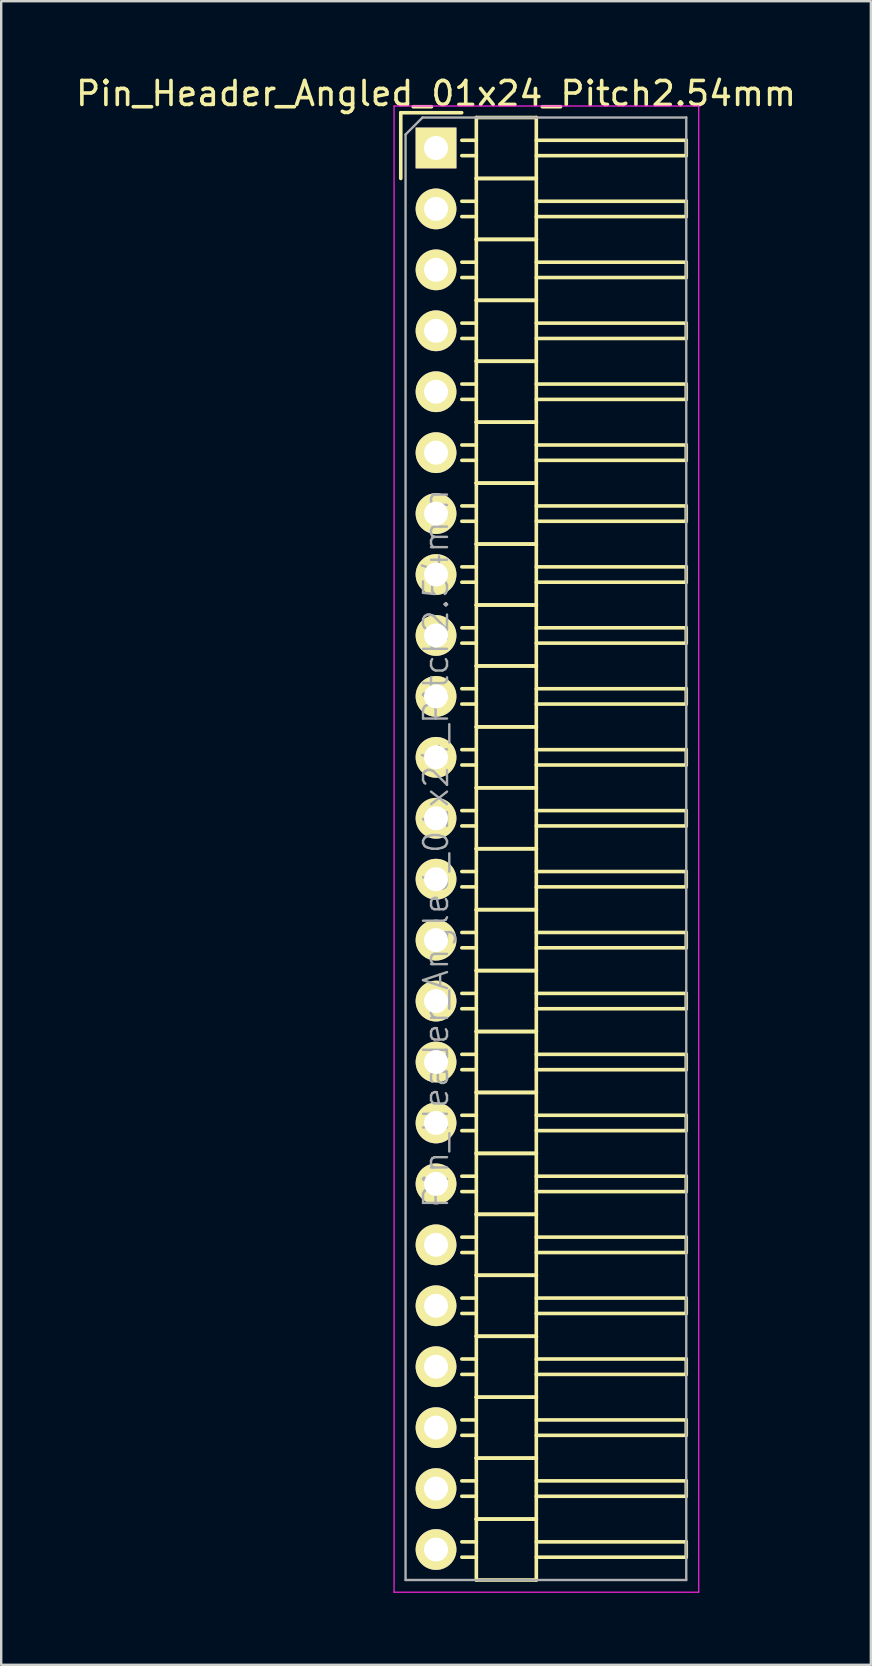
<source format=kicad_pcb>
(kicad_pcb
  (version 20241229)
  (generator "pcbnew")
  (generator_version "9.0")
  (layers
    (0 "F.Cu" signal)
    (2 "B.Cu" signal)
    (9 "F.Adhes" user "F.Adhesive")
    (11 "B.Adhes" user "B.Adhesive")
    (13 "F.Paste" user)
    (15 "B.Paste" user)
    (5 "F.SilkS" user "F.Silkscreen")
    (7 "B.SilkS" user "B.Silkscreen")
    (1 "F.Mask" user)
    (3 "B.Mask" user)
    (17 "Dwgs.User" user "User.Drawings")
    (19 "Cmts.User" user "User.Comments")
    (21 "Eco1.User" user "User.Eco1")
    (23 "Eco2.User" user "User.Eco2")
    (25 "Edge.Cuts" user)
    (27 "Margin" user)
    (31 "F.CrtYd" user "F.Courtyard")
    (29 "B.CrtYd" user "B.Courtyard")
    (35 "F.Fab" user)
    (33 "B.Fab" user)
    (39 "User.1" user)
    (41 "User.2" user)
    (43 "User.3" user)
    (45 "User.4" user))
  (footprint "Pin_Header_Angled_01x24_Pitch2.54mm"
    (layer "F.Cu")
    (at 15.125 3.118)
    (property "Reference" "Pin_Header_Angled_01x24_Pitch2.54mm" (at 0 -2.27 0) (layer "F.SilkS") (effects (font (size 1 1) (thickness 0.15))))
    (attr smd)
    (fp_line (start -1.47 -1.47) (end -1.47 1.27) (stroke (width 0.15) (type solid)) (layer "F.SilkS"))
    (fp_line (start -1.47 -1.47) (end 1.07 -1.47) (stroke (width 0.15) (type solid)) (layer "F.SilkS"))
    (fp_line (start 1.68 -0.32) (end 1.075 -0.32) (stroke (width 0.15) (type solid)) (layer "F.SilkS"))
    (fp_line (start 1.68 0.32) (end 1.075 0.32) (stroke (width 0.15) (type solid)) (layer "F.SilkS"))
    (fp_line (start 1.68 1.27) (end 1.68 -1.27) (stroke (width 0.15) (type solid)) (layer "F.SilkS"))
    (fp_line (start 1.68 2.22) (end 1.075 2.22) (stroke (width 0.15) (type solid)) (layer "F.SilkS"))
    (fp_line (start 1.68 2.86) (end 1.075 2.86) (stroke (width 0.15) (type solid)) (layer "F.SilkS"))
    (fp_line (start 1.68 3.81) (end 1.68 1.27) (stroke (width 0.15) (type solid)) (layer "F.SilkS"))
    (fp_line (start 1.68 4.76) (end 1.075 4.76) (stroke (width 0.15) (type solid)) (layer "F.SilkS"))
    (fp_line (start 1.68 5.4) (end 1.075 5.4) (stroke (width 0.15) (type solid)) (layer "F.SilkS"))
    (fp_line (start 1.68 6.35) (end 1.68 3.81) (stroke (width 0.15) (type solid)) (layer "F.SilkS"))
    (fp_line (start 1.68 7.3) (end 1.075 7.3) (stroke (width 0.15) (type solid)) (layer "F.SilkS"))
    (fp_line (start 1.68 7.94) (end 1.075 7.94) (stroke (width 0.15) (type solid)) (layer "F.SilkS"))
    (fp_line (start 1.68 8.89) (end 1.68 6.35) (stroke (width 0.15) (type solid)) (layer "F.SilkS"))
    (fp_line (start 1.68 9.84) (end 1.075 9.84) (stroke (width 0.15) (type solid)) (layer "F.SilkS"))
    (fp_line (start 1.68 10.48) (end 1.075 10.48) (stroke (width 0.15) (type solid)) (layer "F.SilkS"))
    (fp_line (start 1.68 11.43) (end 1.68 8.89) (stroke (width 0.15) (type solid)) (layer "F.SilkS"))
    (fp_line (start 1.68 12.38) (end 1.075 12.38) (stroke (width 0.15) (type solid)) (layer "F.SilkS"))
    (fp_line (start 1.68 13.02) (end 1.075 13.02) (stroke (width 0.15) (type solid)) (layer "F.SilkS"))
    (fp_line (start 1.68 13.97) (end 1.68 11.43) (stroke (width 0.15) (type solid)) (layer "F.SilkS"))
    (fp_line (start 1.68 14.92) (end 1.075 14.92) (stroke (width 0.15) (type solid)) (layer "F.SilkS"))
    (fp_line (start 1.68 15.56) (end 1.075 15.56) (stroke (width 0.15) (type solid)) (layer "F.SilkS"))
    (fp_line (start 1.68 16.51) (end 1.68 13.97) (stroke (width 0.15) (type solid)) (layer "F.SilkS"))
    (fp_line (start 1.68 17.46) (end 1.075 17.46) (stroke (width 0.15) (type solid)) (layer "F.SilkS"))
    (fp_line (start 1.68 18.1) (end 1.075 18.1) (stroke (width 0.15) (type solid)) (layer "F.SilkS"))
    (fp_line (start 1.68 19.05) (end 1.68 16.51) (stroke (width 0.15) (type solid)) (layer "F.SilkS"))
    (fp_line (start 1.68 20) (end 1.075 20) (stroke (width 0.15) (type solid)) (layer "F.SilkS"))
    (fp_line (start 1.68 20.64) (end 1.075 20.64) (stroke (width 0.15) (type solid)) (layer "F.SilkS"))
    (fp_line (start 1.68 21.59) (end 1.68 19.05) (stroke (width 0.15) (type solid)) (layer "F.SilkS"))
    (fp_line (start 1.68 22.54) (end 1.075 22.54) (stroke (width 0.15) (type solid)) (layer "F.SilkS"))
    (fp_line (start 1.68 23.18) (end 1.075 23.18) (stroke (width 0.15) (type solid)) (layer "F.SilkS"))
    (fp_line (start 1.68 24.13) (end 1.68 21.59) (stroke (width 0.15) (type solid)) (layer "F.SilkS"))
    (fp_line (start 1.68 25.08) (end 1.075 25.08) (stroke (width 0.15) (type solid)) (layer "F.SilkS"))
    (fp_line (start 1.68 25.72) (end 1.075 25.72) (stroke (width 0.15) (type solid)) (layer "F.SilkS"))
    (fp_line (start 1.68 26.67) (end 1.68 24.13) (stroke (width 0.15) (type solid)) (layer "F.SilkS"))
    (fp_line (start 1.68 27.62) (end 1.075 27.62) (stroke (width 0.15) (type solid)) (layer "F.SilkS"))
    (fp_line (start 1.68 28.26) (end 1.075 28.26) (stroke (width 0.15) (type solid)) (layer "F.SilkS"))
    (fp_line (start 1.68 29.21) (end 1.68 26.67) (stroke (width 0.15) (type solid)) (layer "F.SilkS"))
    (fp_line (start 1.68 30.16) (end 1.075 30.16) (stroke (width 0.15) (type solid)) (layer "F.SilkS"))
    (fp_line (start 1.68 30.8) (end 1.075 30.8) (stroke (width 0.15) (type solid)) (layer "F.SilkS"))
    (fp_line (start 1.68 31.75) (end 1.68 29.21) (stroke (width 0.15) (type solid)) (layer "F.SilkS"))
    (fp_line (start 1.68 32.7) (end 1.075 32.7) (stroke (width 0.15) (type solid)) (layer "F.SilkS"))
    (fp_line (start 1.68 33.34) (end 1.075 33.34) (stroke (width 0.15) (type solid)) (layer "F.SilkS"))
    (fp_line (start 1.68 34.29) (end 1.68 31.75) (stroke (width 0.15) (type solid)) (layer "F.SilkS"))
    (fp_line (start 1.68 35.24) (end 1.075 35.24) (stroke (width 0.15) (type solid)) (layer "F.SilkS"))
    (fp_line (start 1.68 35.88) (end 1.075 35.88) (stroke (width 0.15) (type solid)) (layer "F.SilkS"))
    (fp_line (start 1.68 36.83) (end 1.68 34.29) (stroke (width 0.15) (type solid)) (layer "F.SilkS"))
    (fp_line (start 1.68 37.78) (end 1.075 37.78) (stroke (width 0.15) (type solid)) (layer "F.SilkS"))
    (fp_line (start 1.68 38.42) (end 1.075 38.42) (stroke (width 0.15) (type solid)) (layer "F.SilkS"))
    (fp_line (start 1.68 39.37) (end 1.68 36.83) (stroke (width 0.15) (type solid)) (layer "F.SilkS"))
    (fp_line (start 1.68 40.32) (end 1.075 40.32) (stroke (width 0.15) (type solid)) (layer "F.SilkS"))
    (fp_line (start 1.68 40.96) (end 1.075 40.96) (stroke (width 0.15) (type solid)) (layer "F.SilkS"))
    (fp_line (start 1.68 41.91) (end 1.68 39.37) (stroke (width 0.15) (type solid)) (layer "F.SilkS"))
    (fp_line (start 1.68 42.86) (end 1.075 42.86) (stroke (width 0.15) (type solid)) (layer "F.SilkS"))
    (fp_line (start 1.68 43.5) (end 1.075 43.5) (stroke (width 0.15) (type solid)) (layer "F.SilkS"))
    (fp_line (start 1.68 44.45) (end 1.68 41.91) (stroke (width 0.15) (type solid)) (layer "F.SilkS"))
    (fp_line (start 1.68 45.4) (end 1.075 45.4) (stroke (width 0.15) (type solid)) (layer "F.SilkS"))
    (fp_line (start 1.68 46.04) (end 1.075 46.04) (stroke (width 0.15) (type solid)) (layer "F.SilkS"))
    (fp_line (start 1.68 46.99) (end 1.68 44.45) (stroke (width 0.15) (type solid)) (layer "F.SilkS"))
    (fp_line (start 1.68 47.94) (end 1.075 47.94) (stroke (width 0.15) (type solid)) (layer "F.SilkS"))
    (fp_line (start 1.68 48.58) (end 1.075 48.58) (stroke (width 0.15) (type solid)) (layer "F.SilkS"))
    (fp_line (start 1.68 49.53) (end 1.68 46.99) (stroke (width 0.15) (type solid)) (layer "F.SilkS"))
    (fp_line (start 1.68 50.48) (end 1.075 50.48) (stroke (width 0.15) (type solid)) (layer "F.SilkS"))
    (fp_line (start 1.68 51.12) (end 1.075 51.12) (stroke (width 0.15) (type solid)) (layer "F.SilkS"))
    (fp_line (start 1.68 52.07) (end 1.68 49.53) (stroke (width 0.15) (type solid)) (layer "F.SilkS"))
    (fp_line (start 1.68 53.02) (end 1.075 53.02) (stroke (width 0.15) (type solid)) (layer "F.SilkS"))
    (fp_line (start 1.68 53.66) (end 1.075 53.66) (stroke (width 0.15) (type solid)) (layer "F.SilkS"))
    (fp_line (start 1.68 54.61) (end 1.68 52.07) (stroke (width 0.15) (type solid)) (layer "F.SilkS"))
    (fp_line (start 1.68 55.56) (end 1.075 55.56) (stroke (width 0.15) (type solid)) (layer "F.SilkS"))
    (fp_line (start 1.68 56.2) (end 1.075 56.2) (stroke (width 0.15) (type solid)) (layer "F.SilkS"))
    (fp_line (start 1.68 57.15) (end 1.68 54.61) (stroke (width 0.15) (type solid)) (layer "F.SilkS"))
    (fp_line (start 1.68 58.1) (end 1.075 58.1) (stroke (width 0.15) (type solid)) (layer "F.SilkS"))
    (fp_line (start 1.68 58.74) (end 1.075 58.74) (stroke (width 0.15) (type solid)) (layer "F.SilkS"))
    (fp_line (start 1.68 59.69) (end 1.68 57.15) (stroke (width 0.15) (type solid)) (layer "F.SilkS"))
    (fp_line (start 4.18 -1.27) (end 1.68 -1.27) (stroke (width 0.15) (type solid)) (layer "F.SilkS"))
    (fp_line (start 4.18 -0.32) (end 10.43 -0.32) (stroke (width 0.15) (type solid)) (layer "F.SilkS"))
    (fp_line (start 4.18 0.32) (end 10.43 0.32) (stroke (width 0.15) (type solid)) (layer "F.SilkS"))
    (fp_line (start 4.18 1.27) (end 1.68 1.27) (stroke (width 0.15) (type solid)) (layer "F.SilkS"))
    (fp_line (start 4.18 1.27) (end 1.68 1.27) (stroke (width 0.15) (type solid)) (layer "F.SilkS"))
    (fp_line (start 4.18 1.27) (end 4.18 -1.27) (stroke (width 0.15) (type solid)) (layer "F.SilkS"))
    (fp_line (start 4.18 2.22) (end 10.43 2.22) (stroke (width 0.15) (type solid)) (layer "F.SilkS"))
    (fp_line (start 4.18 2.86) (end 10.43 2.86) (stroke (width 0.15) (type solid)) (layer "F.SilkS"))
    (fp_line (start 4.18 3.81) (end 1.68 3.81) (stroke (width 0.15) (type solid)) (layer "F.SilkS"))
    (fp_line (start 4.18 3.81) (end 1.68 3.81) (stroke (width 0.15) (type solid)) (layer "F.SilkS"))
    (fp_line (start 4.18 3.81) (end 4.18 1.27) (stroke (width 0.15) (type solid)) (layer "F.SilkS"))
    (fp_line (start 4.18 4.76) (end 10.43 4.76) (stroke (width 0.15) (type solid)) (layer "F.SilkS"))
    (fp_line (start 4.18 5.4) (end 10.43 5.4) (stroke (width 0.15) (type solid)) (layer "F.SilkS"))
    (fp_line (start 4.18 6.35) (end 1.68 6.35) (stroke (width 0.15) (type solid)) (layer "F.SilkS"))
    (fp_line (start 4.18 6.35) (end 1.68 6.35) (stroke (width 0.15) (type solid)) (layer "F.SilkS"))
    (fp_line (start 4.18 6.35) (end 4.18 3.81) (stroke (width 0.15) (type solid)) (layer "F.SilkS"))
    (fp_line (start 4.18 7.3) (end 10.43 7.3) (stroke (width 0.15) (type solid)) (layer "F.SilkS"))
    (fp_line (start 4.18 7.94) (end 10.43 7.94) (stroke (width 0.15) (type solid)) (layer "F.SilkS"))
    (fp_line (start 4.18 8.89) (end 1.68 8.89) (stroke (width 0.15) (type solid)) (layer "F.SilkS"))
    (fp_line (start 4.18 8.89) (end 1.68 8.89) (stroke (width 0.15) (type solid)) (layer "F.SilkS"))
    (fp_line (start 4.18 8.89) (end 4.18 6.35) (stroke (width 0.15) (type solid)) (layer "F.SilkS"))
    (fp_line (start 4.18 9.84) (end 10.43 9.84) (stroke (width 0.15) (type solid)) (layer "F.SilkS"))
    (fp_line (start 4.18 10.48) (end 10.43 10.48) (stroke (width 0.15) (type solid)) (layer "F.SilkS"))
    (fp_line (start 4.18 11.43) (end 1.68 11.43) (stroke (width 0.15) (type solid)) (layer "F.SilkS"))
    (fp_line (start 4.18 11.43) (end 1.68 11.43) (stroke (width 0.15) (type solid)) (layer "F.SilkS"))
    (fp_line (start 4.18 11.43) (end 4.18 8.89) (stroke (width 0.15) (type solid)) (layer "F.SilkS"))
    (fp_line (start 4.18 12.38) (end 10.43 12.38) (stroke (width 0.15) (type solid)) (layer "F.SilkS"))
    (fp_line (start 4.18 13.02) (end 10.43 13.02) (stroke (width 0.15) (type solid)) (layer "F.SilkS"))
    (fp_line (start 4.18 13.97) (end 1.68 13.97) (stroke (width 0.15) (type solid)) (layer "F.SilkS"))
    (fp_line (start 4.18 13.97) (end 1.68 13.97) (stroke (width 0.15) (type solid)) (layer "F.SilkS"))
    (fp_line (start 4.18 13.97) (end 4.18 11.43) (stroke (width 0.15) (type solid)) (layer "F.SilkS"))
    (fp_line (start 4.18 14.92) (end 10.43 14.92) (stroke (width 0.15) (type solid)) (layer "F.SilkS"))
    (fp_line (start 4.18 15.56) (end 10.43 15.56) (stroke (width 0.15) (type solid)) (layer "F.SilkS"))
    (fp_line (start 4.18 16.51) (end 1.68 16.51) (stroke (width 0.15) (type solid)) (layer "F.SilkS"))
    (fp_line (start 4.18 16.51) (end 1.68 16.51) (stroke (width 0.15) (type solid)) (layer "F.SilkS"))
    (fp_line (start 4.18 16.51) (end 4.18 13.97) (stroke (width 0.15) (type solid)) (layer "F.SilkS"))
    (fp_line (start 4.18 17.46) (end 10.43 17.46) (stroke (width 0.15) (type solid)) (layer "F.SilkS"))
    (fp_line (start 4.18 18.1) (end 10.43 18.1) (stroke (width 0.15) (type solid)) (layer "F.SilkS"))
    (fp_line (start 4.18 19.05) (end 1.68 19.05) (stroke (width 0.15) (type solid)) (layer "F.SilkS"))
    (fp_line (start 4.18 19.05) (end 1.68 19.05) (stroke (width 0.15) (type solid)) (layer "F.SilkS"))
    (fp_line (start 4.18 19.05) (end 4.18 16.51) (stroke (width 0.15) (type solid)) (layer "F.SilkS"))
    (fp_line (start 4.18 20) (end 10.43 20) (stroke (width 0.15) (type solid)) (layer "F.SilkS"))
    (fp_line (start 4.18 20.64) (end 10.43 20.64) (stroke (width 0.15) (type solid)) (layer "F.SilkS"))
    (fp_line (start 4.18 21.59) (end 1.68 21.59) (stroke (width 0.15) (type solid)) (layer "F.SilkS"))
    (fp_line (start 4.18 21.59) (end 1.68 21.59) (stroke (width 0.15) (type solid)) (layer "F.SilkS"))
    (fp_line (start 4.18 21.59) (end 4.18 19.05) (stroke (width 0.15) (type solid)) (layer "F.SilkS"))
    (fp_line (start 4.18 22.54) (end 10.43 22.54) (stroke (width 0.15) (type solid)) (layer "F.SilkS"))
    (fp_line (start 4.18 23.18) (end 10.43 23.18) (stroke (width 0.15) (type solid)) (layer "F.SilkS"))
    (fp_line (start 4.18 24.13) (end 1.68 24.13) (stroke (width 0.15) (type solid)) (layer "F.SilkS"))
    (fp_line (start 4.18 24.13) (end 1.68 24.13) (stroke (width 0.15) (type solid)) (layer "F.SilkS"))
    (fp_line (start 4.18 24.13) (end 4.18 21.59) (stroke (width 0.15) (type solid)) (layer "F.SilkS"))
    (fp_line (start 4.18 25.08) (end 10.43 25.08) (stroke (width 0.15) (type solid)) (layer "F.SilkS"))
    (fp_line (start 4.18 25.72) (end 10.43 25.72) (stroke (width 0.15) (type solid)) (layer "F.SilkS"))
    (fp_line (start 4.18 26.67) (end 1.68 26.67) (stroke (width 0.15) (type solid)) (layer "F.SilkS"))
    (fp_line (start 4.18 26.67) (end 1.68 26.67) (stroke (width 0.15) (type solid)) (layer "F.SilkS"))
    (fp_line (start 4.18 26.67) (end 4.18 24.13) (stroke (width 0.15) (type solid)) (layer "F.SilkS"))
    (fp_line (start 4.18 27.62) (end 10.43 27.62) (stroke (width 0.15) (type solid)) (layer "F.SilkS"))
    (fp_line (start 4.18 28.26) (end 10.43 28.26) (stroke (width 0.15) (type solid)) (layer "F.SilkS"))
    (fp_line (start 4.18 29.21) (end 1.68 29.21) (stroke (width 0.15) (type solid)) (layer "F.SilkS"))
    (fp_line (start 4.18 29.21) (end 1.68 29.21) (stroke (width 0.15) (type solid)) (layer "F.SilkS"))
    (fp_line (start 4.18 29.21) (end 4.18 26.67) (stroke (width 0.15) (type solid)) (layer "F.SilkS"))
    (fp_line (start 4.18 30.16) (end 10.43 30.16) (stroke (width 0.15) (type solid)) (layer "F.SilkS"))
    (fp_line (start 4.18 30.8) (end 10.43 30.8) (stroke (width 0.15) (type solid)) (layer "F.SilkS"))
    (fp_line (start 4.18 31.75) (end 1.68 31.75) (stroke (width 0.15) (type solid)) (layer "F.SilkS"))
    (fp_line (start 4.18 31.75) (end 1.68 31.75) (stroke (width 0.15) (type solid)) (layer "F.SilkS"))
    (fp_line (start 4.18 31.75) (end 4.18 29.21) (stroke (width 0.15) (type solid)) (layer "F.SilkS"))
    (fp_line (start 4.18 32.7) (end 10.43 32.7) (stroke (width 0.15) (type solid)) (layer "F.SilkS"))
    (fp_line (start 4.18 33.34) (end 10.43 33.34) (stroke (width 0.15) (type solid)) (layer "F.SilkS"))
    (fp_line (start 4.18 34.29) (end 1.68 34.29) (stroke (width 0.15) (type solid)) (layer "F.SilkS"))
    (fp_line (start 4.18 34.29) (end 1.68 34.29) (stroke (width 0.15) (type solid)) (layer "F.SilkS"))
    (fp_line (start 4.18 34.29) (end 4.18 31.75) (stroke (width 0.15) (type solid)) (layer "F.SilkS"))
    (fp_line (start 4.18 35.24) (end 10.43 35.24) (stroke (width 0.15) (type solid)) (layer "F.SilkS"))
    (fp_line (start 4.18 35.88) (end 10.43 35.88) (stroke (width 0.15) (type solid)) (layer "F.SilkS"))
    (fp_line (start 4.18 36.83) (end 1.68 36.83) (stroke (width 0.15) (type solid)) (layer "F.SilkS"))
    (fp_line (start 4.18 36.83) (end 1.68 36.83) (stroke (width 0.15) (type solid)) (layer "F.SilkS"))
    (fp_line (start 4.18 36.83) (end 4.18 34.29) (stroke (width 0.15) (type solid)) (layer "F.SilkS"))
    (fp_line (start 4.18 37.78) (end 10.43 37.78) (stroke (width 0.15) (type solid)) (layer "F.SilkS"))
    (fp_line (start 4.18 38.42) (end 10.43 38.42) (stroke (width 0.15) (type solid)) (layer "F.SilkS"))
    (fp_line (start 4.18 39.37) (end 1.68 39.37) (stroke (width 0.15) (type solid)) (layer "F.SilkS"))
    (fp_line (start 4.18 39.37) (end 1.68 39.37) (stroke (width 0.15) (type solid)) (layer "F.SilkS"))
    (fp_line (start 4.18 39.37) (end 4.18 36.83) (stroke (width 0.15) (type solid)) (layer "F.SilkS"))
    (fp_line (start 4.18 40.32) (end 10.43 40.32) (stroke (width 0.15) (type solid)) (layer "F.SilkS"))
    (fp_line (start 4.18 40.96) (end 10.43 40.96) (stroke (width 0.15) (type solid)) (layer "F.SilkS"))
    (fp_line (start 4.18 41.91) (end 1.68 41.91) (stroke (width 0.15) (type solid)) (layer "F.SilkS"))
    (fp_line (start 4.18 41.91) (end 1.68 41.91) (stroke (width 0.15) (type solid)) (layer "F.SilkS"))
    (fp_line (start 4.18 41.91) (end 4.18 39.37) (stroke (width 0.15) (type solid)) (layer "F.SilkS"))
    (fp_line (start 4.18 42.86) (end 10.43 42.86) (stroke (width 0.15) (type solid)) (layer "F.SilkS"))
    (fp_line (start 4.18 43.5) (end 10.43 43.5) (stroke (width 0.15) (type solid)) (layer "F.SilkS"))
    (fp_line (start 4.18 44.45) (end 1.68 44.45) (stroke (width 0.15) (type solid)) (layer "F.SilkS"))
    (fp_line (start 4.18 44.45) (end 1.68 44.45) (stroke (width 0.15) (type solid)) (layer "F.SilkS"))
    (fp_line (start 4.18 44.45) (end 4.18 41.91) (stroke (width 0.15) (type solid)) (layer "F.SilkS"))
    (fp_line (start 4.18 45.4) (end 10.43 45.4) (stroke (width 0.15) (type solid)) (layer "F.SilkS"))
    (fp_line (start 4.18 46.04) (end 10.43 46.04) (stroke (width 0.15) (type solid)) (layer "F.SilkS"))
    (fp_line (start 4.18 46.99) (end 1.68 46.99) (stroke (width 0.15) (type solid)) (layer "F.SilkS"))
    (fp_line (start 4.18 46.99) (end 1.68 46.99) (stroke (width 0.15) (type solid)) (layer "F.SilkS"))
    (fp_line (start 4.18 46.99) (end 4.18 44.45) (stroke (width 0.15) (type solid)) (layer "F.SilkS"))
    (fp_line (start 4.18 47.94) (end 10.43 47.94) (stroke (width 0.15) (type solid)) (layer "F.SilkS"))
    (fp_line (start 4.18 48.58) (end 10.43 48.58) (stroke (width 0.15) (type solid)) (layer "F.SilkS"))
    (fp_line (start 4.18 49.53) (end 1.68 49.53) (stroke (width 0.15) (type solid)) (layer "F.SilkS"))
    (fp_line (start 4.18 49.53) (end 1.68 49.53) (stroke (width 0.15) (type solid)) (layer "F.SilkS"))
    (fp_line (start 4.18 49.53) (end 4.18 46.99) (stroke (width 0.15) (type solid)) (layer "F.SilkS"))
    (fp_line (start 4.18 50.48) (end 10.43 50.48) (stroke (width 0.15) (type solid)) (layer "F.SilkS"))
    (fp_line (start 4.18 51.12) (end 10.43 51.12) (stroke (width 0.15) (type solid)) (layer "F.SilkS"))
    (fp_line (start 4.18 52.07) (end 1.68 52.07) (stroke (width 0.15) (type solid)) (layer "F.SilkS"))
    (fp_line (start 4.18 52.07) (end 1.68 52.07) (stroke (width 0.15) (type solid)) (layer "F.SilkS"))
    (fp_line (start 4.18 52.07) (end 4.18 49.53) (stroke (width 0.15) (type solid)) (layer "F.SilkS"))
    (fp_line (start 4.18 53.02) (end 10.43 53.02) (stroke (width 0.15) (type solid)) (layer "F.SilkS"))
    (fp_line (start 4.18 53.66) (end 10.43 53.66) (stroke (width 0.15) (type solid)) (layer "F.SilkS"))
    (fp_line (start 4.18 54.61) (end 1.68 54.61) (stroke (width 0.15) (type solid)) (layer "F.SilkS"))
    (fp_line (start 4.18 54.61) (end 1.68 54.61) (stroke (width 0.15) (type solid)) (layer "F.SilkS"))
    (fp_line (start 4.18 54.61) (end 4.18 52.07) (stroke (width 0.15) (type solid)) (layer "F.SilkS"))
    (fp_line (start 4.18 55.56) (end 10.43 55.56) (stroke (width 0.15) (type solid)) (layer "F.SilkS"))
    (fp_line (start 4.18 56.2) (end 10.43 56.2) (stroke (width 0.15) (type solid)) (layer "F.SilkS"))
    (fp_line (start 4.18 57.15) (end 1.68 57.15) (stroke (width 0.15) (type solid)) (layer "F.SilkS"))
    (fp_line (start 4.18 57.15) (end 1.68 57.15) (stroke (width 0.15) (type solid)) (layer "F.SilkS"))
    (fp_line (start 4.18 57.15) (end 4.18 54.61) (stroke (width 0.15) (type solid)) (layer "F.SilkS"))
    (fp_line (start 4.18 58.1) (end 10.43 58.1) (stroke (width 0.15) (type solid)) (layer "F.SilkS"))
    (fp_line (start 4.18 58.74) (end 10.43 58.74) (stroke (width 0.15) (type solid)) (layer "F.SilkS"))
    (fp_line (start 4.18 59.69) (end 1.68 59.69) (stroke (width 0.15) (type solid)) (layer "F.SilkS"))
    (fp_line (start 4.18 59.69) (end 4.18 57.15) (stroke (width 0.15) (type solid)) (layer "F.SilkS"))
    (fp_line (start 10.43 0.32) (end 10.43 -0.32) (stroke (width 0.15) (type solid)) (layer "F.SilkS"))
    (fp_line (start 10.43 2.86) (end 10.43 2.22) (stroke (width 0.15) (type solid)) (layer "F.SilkS"))
    (fp_line (start 10.43 5.4) (end 10.43 4.76) (stroke (width 0.15) (type solid)) (layer "F.SilkS"))
    (fp_line (start 10.43 7.94) (end 10.43 7.3) (stroke (width 0.15) (type solid)) (layer "F.SilkS"))
    (fp_line (start 10.43 10.48) (end 10.43 9.84) (stroke (width 0.15) (type solid)) (layer "F.SilkS"))
    (fp_line (start 10.43 13.02) (end 10.43 12.38) (stroke (width 0.15) (type solid)) (layer "F.SilkS"))
    (fp_line (start 10.43 15.56) (end 10.43 14.92) (stroke (width 0.15) (type solid)) (layer "F.SilkS"))
    (fp_line (start 10.43 18.1) (end 10.43 17.46) (stroke (width 0.15) (type solid)) (layer "F.SilkS"))
    (fp_line (start 10.43 20.64) (end 10.43 20) (stroke (width 0.15) (type solid)) (layer "F.SilkS"))
    (fp_line (start 10.43 23.18) (end 10.43 22.54) (stroke (width 0.15) (type solid)) (layer "F.SilkS"))
    (fp_line (start 10.43 25.72) (end 10.43 25.08) (stroke (width 0.15) (type solid)) (layer "F.SilkS"))
    (fp_line (start 10.43 28.26) (end 10.43 27.62) (stroke (width 0.15) (type solid)) (layer "F.SilkS"))
    (fp_line (start 10.43 30.8) (end 10.43 30.16) (stroke (width 0.15) (type solid)) (layer "F.SilkS"))
    (fp_line (start 10.43 33.34) (end 10.43 32.7) (stroke (width 0.15) (type solid)) (layer "F.SilkS"))
    (fp_line (start 10.43 35.88) (end 10.43 35.24) (stroke (width 0.15) (type solid)) (layer "F.SilkS"))
    (fp_line (start 10.43 38.42) (end 10.43 37.78) (stroke (width 0.15) (type solid)) (layer "F.SilkS"))
    (fp_line (start 10.43 40.96) (end 10.43 40.32) (stroke (width 0.15) (type solid)) (layer "F.SilkS"))
    (fp_line (start 10.43 43.5) (end 10.43 42.86) (stroke (width 0.15) (type solid)) (layer "F.SilkS"))
    (fp_line (start 10.43 46.04) (end 10.43 45.4) (stroke (width 0.15) (type solid)) (layer "F.SilkS"))
    (fp_line (start 10.43 48.58) (end 10.43 47.94) (stroke (width 0.15) (type solid)) (layer "F.SilkS"))
    (fp_line (start 10.43 51.12) (end 10.43 50.48) (stroke (width 0.15) (type solid)) (layer "F.SilkS"))
    (fp_line (start 10.43 53.66) (end 10.43 53.02) (stroke (width 0.15) (type solid)) (layer "F.SilkS"))
    (fp_line (start 10.43 56.2) (end 10.43 55.56) (stroke (width 0.15) (type solid)) (layer "F.SilkS"))
    (fp_line (start 10.43 58.74) (end 10.43 58.1) (stroke (width 0.15) (type solid)) (layer "F.SilkS"))
    (fp_line (start -1.75 -1.75) (end -1.75 60.2) (stroke (width 0.05) (type solid)) (layer "F.CrtYd"))
    (fp_line (start 10.95 -1.75) (end -1.75 -1.75) (stroke (width 0.05) (type solid)) (layer "F.CrtYd"))
    (fp_line (start 10.95 -1.75) (end 10.95 60.2) (stroke (width 0.05) (type solid)) (layer "F.CrtYd"))
    (fp_line (start 10.95 60.2) (end -1.75 60.2) (stroke (width 0.05) (type solid)) (layer "F.CrtYd"))
    (fp_line (start -1.27 -0.563) (end -0.563 -1.27) (stroke (width 0.1) (type solid)) (layer "F.Fab"))
    (fp_line (start -1.27 59.69) (end -1.27 -0.563) (stroke (width 0.1) (type solid)) (layer "F.Fab"))
    (fp_line (start 10.43 -1.27) (end -0.563 -1.27) (stroke (width 0.1) (type solid)) (layer "F.Fab"))
    (fp_line (start 10.43 59.69) (end -1.27 59.69) (stroke (width 0.1) (type solid)) (layer "F.Fab"))
    (fp_line (start 10.43 59.69) (end 10.43 -1.27) (stroke (width 0.1) (type solid)) (layer "F.Fab"))
    (fp_text user "${REFERENCE}" (at 0 29.21 90) (layer "F.Fab") (effects (font (size 1 1) (thickness 0.1))))
    (pad "1" thru_hole rect (at 0 0) (size 1.7 1.7) (drill 1) (layers "*.Cu" "*.Mask" "F.SilkS"))
    (pad "2" thru_hole oval (at 0 2.54) (size 1.7 1.7) (drill 1) (layers "*.Cu" "*.Mask" "F.SilkS"))
    (pad "3" thru_hole oval (at 0 5.08) (size 1.7 1.7) (drill 1) (layers "*.Cu" "*.Mask" "F.SilkS"))
    (pad "4" thru_hole oval (at 0 7.62) (size 1.7 1.7) (drill 1) (layers "*.Cu" "*.Mask" "F.SilkS"))
    (pad "5" thru_hole oval (at 0 10.16) (size 1.7 1.7) (drill 1) (layers "*.Cu" "*.Mask" "F.SilkS"))
    (pad "6" thru_hole oval (at 0 12.7) (size 1.7 1.7) (drill 1) (layers "*.Cu" "*.Mask" "F.SilkS"))
    (pad "7" thru_hole oval (at 0 15.24) (size 1.7 1.7) (drill 1) (layers "*.Cu" "*.Mask" "F.SilkS"))
    (pad "8" thru_hole oval (at 0 17.78) (size 1.7 1.7) (drill 1) (layers "*.Cu" "*.Mask" "F.SilkS"))
    (pad "9" thru_hole oval (at 0 20.32) (size 1.7 1.7) (drill 1) (layers "*.Cu" "*.Mask" "F.SilkS"))
    (pad "10" thru_hole oval (at 0 22.86) (size 1.7 1.7) (drill 1) (layers "*.Cu" "*.Mask" "F.SilkS"))
    (pad "11" thru_hole oval (at 0 25.4) (size 1.7 1.7) (drill 1) (layers "*.Cu" "*.Mask" "F.SilkS"))
    (pad "12" thru_hole oval (at 0 27.94) (size 1.7 1.7) (drill 1) (layers "*.Cu" "*.Mask" "F.SilkS"))
    (pad "13" thru_hole oval (at 0 30.48) (size 1.7 1.7) (drill 1) (layers "*.Cu" "*.Mask" "F.SilkS"))
    (pad "14" thru_hole oval (at 0 33.02) (size 1.7 1.7) (drill 1) (layers "*.Cu" "*.Mask" "F.SilkS"))
    (pad "15" thru_hole oval (at 0 35.56) (size 1.7 1.7) (drill 1) (layers "*.Cu" "*.Mask" "F.SilkS"))
    (pad "16" thru_hole oval (at 0 38.1) (size 1.7 1.7) (drill 1) (layers "*.Cu" "*.Mask" "F.SilkS"))
    (pad "17" thru_hole oval (at 0 40.64) (size 1.7 1.7) (drill 1) (layers "*.Cu" "*.Mask" "F.SilkS"))
    (pad "18" thru_hole oval (at 0 43.18) (size 1.7 1.7) (drill 1) (layers "*.Cu" "*.Mask" "F.SilkS"))
    (pad "19" thru_hole oval (at 0 45.72) (size 1.7 1.7) (drill 1) (layers "*.Cu" "*.Mask" "F.SilkS"))
    (pad "20" thru_hole oval (at 0 48.26) (size 1.7 1.7) (drill 1) (layers "*.Cu" "*.Mask" "F.SilkS"))
    (pad "21" thru_hole oval (at 0 50.8) (size 1.7 1.7) (drill 1) (layers "*.Cu" "*.Mask" "F.SilkS"))
    (pad "22" thru_hole oval (at 0 53.34) (size 1.7 1.7) (drill 1) (layers "*.Cu" "*.Mask" "F.SilkS"))
    (pad "23" thru_hole oval (at 0 55.88) (size 1.7 1.7) (drill 1) (layers "*.Cu" "*.Mask" "F.SilkS"))
    (pad "24" thru_hole oval (at 0 58.42) (size 1.7 1.7) (drill 1) (layers "*.Cu" "*.Mask" "F.SilkS")))
  (gr_rect
    (start -3 -3)
    (end 33.25 66.343)
    (stroke (width 0.1) (type default))
    (fill no)
    (layer "Edge.Cuts")))
</source>
